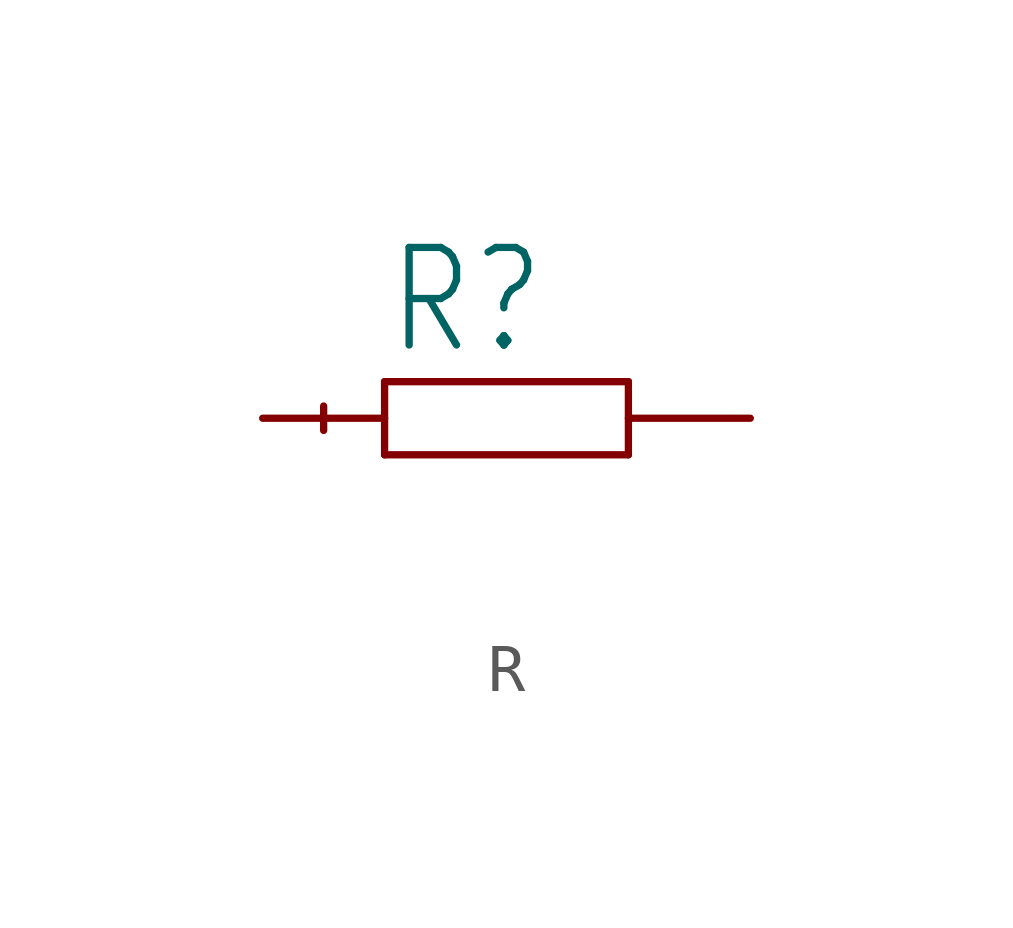
<source format=kicad_sym>
(kicad_symbol_lib
  (version 20241209)
  (generator "kicad_symbol_editor")
  (generator_version "9.0")
  (symbol "R"
    (property "Reference" "R"
      (at -2.54 1.27 0)
      (effects (font (size 2.032 1.727)) (justify left bottom)))
    (property "Value" ""
      (at -3.81 -3.556 0)
      (effects (font (size 2.032 1.727)) (justify left bottom)))
    (property "ki_locked" ""
      (at 0 0 0)
      (effects (font (size 1.27 1.27))))
    (symbol "R_1_0"
      (polyline (pts (xy -3.81 0.254) (xy -3.81 -0.254)) (stroke (width 0.152) (type solid)) (fill (type none)))
      (polyline (pts (xy -2.54 0.762) (xy -2.54 -0.762)) (stroke (width 0.152) (type solid)) (fill (type none)))
      (polyline (pts (xy -2.54 -0.762) (xy 2.54 -0.762)) (stroke (width 0.152) (type solid)) (fill (type none)))
      (polyline (pts (xy 2.54 0.762) (xy -2.54 0.762)) (stroke (width 0.152) (type solid)) (fill (type none)))
      (polyline (pts (xy 2.54 -0.762) (xy 2.54 0.762)) (stroke (width 0.152) (type solid)) (fill (type none)))
      (pin passive line (at -5.08 0 0) (length 2.54) (name "1" (effects (font (size 0 0)))) (number "1" (effects (font (size 0 0)))))
      (pin passive line (at 5.08 0 180) (length 2.54) (name "2" (effects (font (size 0 0)))) (number "2" (effects (font (size 0 0))))))))
</source>
